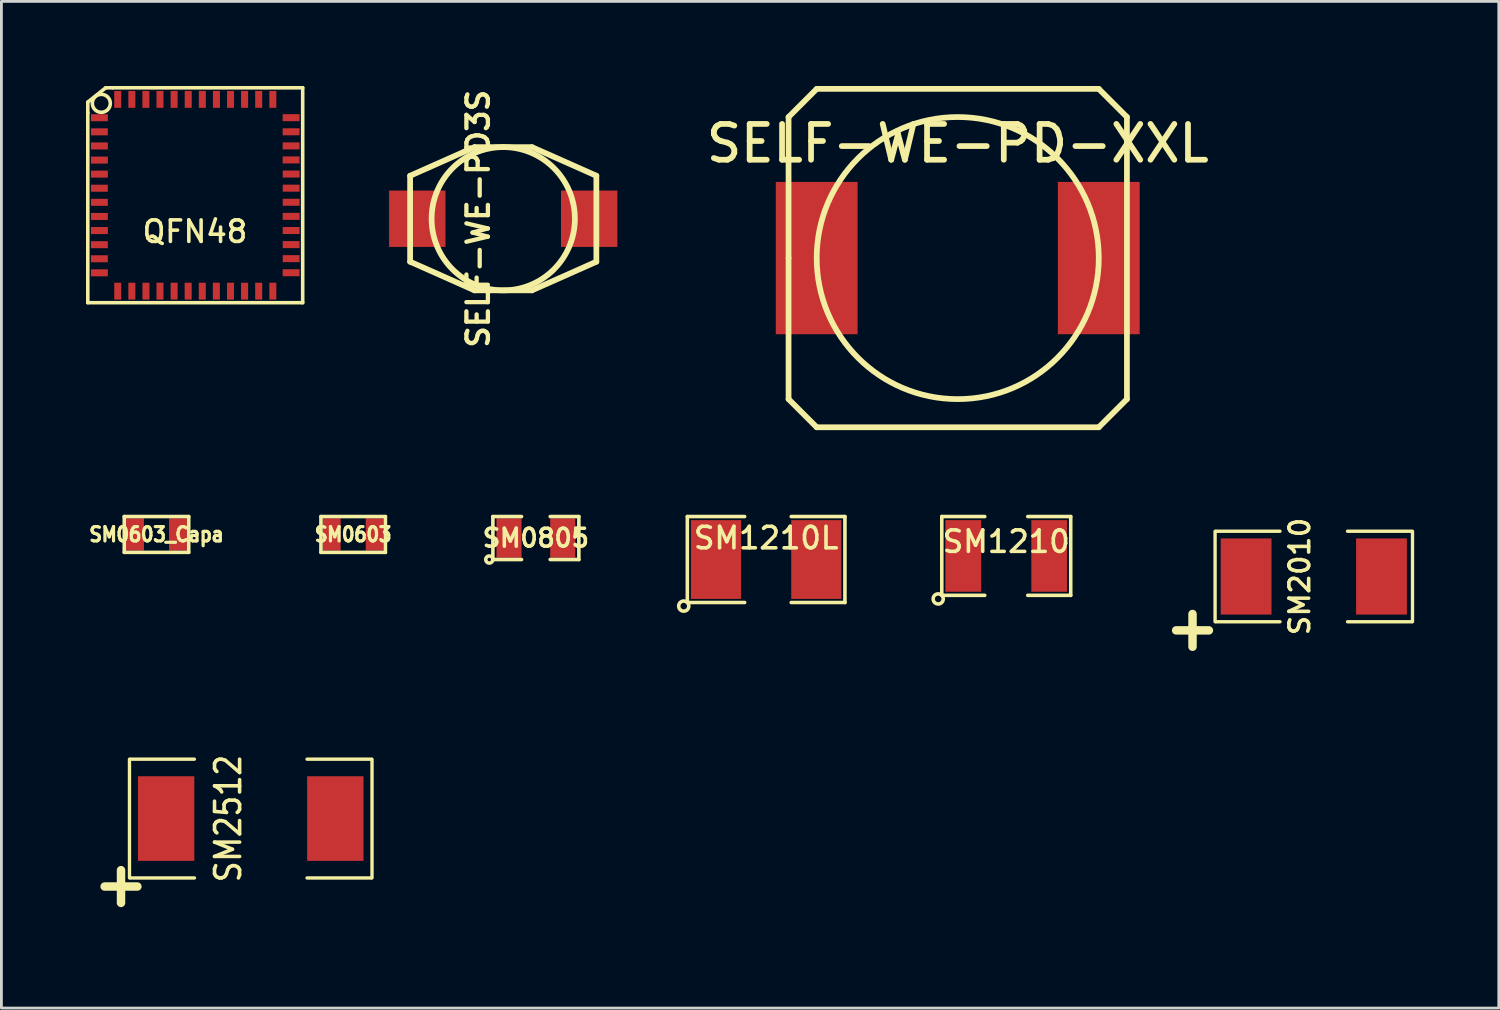
<source format=kicad_pcb>
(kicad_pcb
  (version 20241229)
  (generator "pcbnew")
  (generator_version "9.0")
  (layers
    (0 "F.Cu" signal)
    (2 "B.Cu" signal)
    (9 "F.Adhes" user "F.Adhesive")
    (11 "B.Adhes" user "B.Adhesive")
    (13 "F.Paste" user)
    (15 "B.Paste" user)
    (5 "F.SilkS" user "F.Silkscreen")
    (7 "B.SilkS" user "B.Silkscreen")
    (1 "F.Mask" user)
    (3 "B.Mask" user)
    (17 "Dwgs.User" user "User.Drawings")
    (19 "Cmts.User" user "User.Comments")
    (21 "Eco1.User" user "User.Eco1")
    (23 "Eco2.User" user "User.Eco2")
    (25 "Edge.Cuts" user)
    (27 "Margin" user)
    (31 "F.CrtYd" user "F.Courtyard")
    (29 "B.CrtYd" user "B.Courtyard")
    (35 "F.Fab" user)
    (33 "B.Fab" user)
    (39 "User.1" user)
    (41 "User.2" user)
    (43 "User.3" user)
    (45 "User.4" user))
  (footprint "SM1210L"
    (layer "F.Cu")
    (at 24.116 16.79)
    (property "Reference" "SM1210L" (at 0 -0.762 0) (layer "F.SilkS") (effects (font (size 0.762 0.762) (thickness 0.127))))
    (attr smd)
    (fp_line (start -2.794 -1.524) (end -2.794 1.524) (stroke (width 0.127) (type solid)) (layer "F.SilkS"))
    (fp_line (start -2.794 1.524) (end -0.762 1.524) (stroke (width 0.127) (type solid)) (layer "F.SilkS"))
    (fp_line (start -0.762 -1.524) (end -2.794 -1.524) (stroke (width 0.127) (type solid)) (layer "F.SilkS"))
    (fp_line (start 0.889 1.524) (end 2.794 1.524) (stroke (width 0.127) (type solid)) (layer "F.SilkS"))
    (fp_line (start 2.794 -1.524) (end 0.889 -1.524) (stroke (width 0.127) (type solid)) (layer "F.SilkS"))
    (fp_line (start 2.794 1.524) (end 2.794 -1.524) (stroke (width 0.127) (type solid)) (layer "F.SilkS"))
    (fp_circle (center -2.921 1.651) (end -2.794 1.524) (stroke (width 0.127) (type solid)) (fill no) (layer "F.SilkS"))
    (pad "1" smd rect (at -1.778 0) (size 1.778 2.794) (layers "F.Cu" "F.Mask" "F.Paste"))
    (pad "2" smd rect (at 1.778 0) (size 1.778 2.794) (layers "F.Cu" "F.Mask" "F.Paste")))
  (footprint "SM0603_Capa"
    (layer "F.Cu")
    (at 2.499 15.901)
    (property "Reference" "SM0603_Capa" (at 0 0 0) (layer "F.SilkS") (effects (font (size 0.508 0.457) (thickness 0.114))))
    (attr smd)
    (fp_line (start -1.143 -0.635) (end 1.143 -0.635) (stroke (width 0.127) (type solid)) (layer "F.SilkS"))
    (fp_line (start -1.143 0.635) (end -1.143 -0.635) (stroke (width 0.127) (type solid)) (layer "F.SilkS"))
    (fp_line (start 1.143 -0.635) (end 1.143 0.635) (stroke (width 0.127) (type solid)) (layer "F.SilkS"))
    (fp_line (start 1.143 0.635) (end -1.143 0.635) (stroke (width 0.127) (type solid)) (layer "F.SilkS"))
    (pad "1" smd rect (at -0.762 0) (size 0.635 1.143) (layers "F.Cu" "F.Mask" "F.Paste"))
    (pad "2" smd rect (at 0.762 0) (size 0.635 1.143) (layers "F.Cu" "F.Mask" "F.Paste")))
  (footprint "SM2512"
    (layer "F.Cu")
    (at 5.841 25.975)
    (property "Reference" "SM2512" (at -0.8 0 90) (layer "F.SilkS") (effects (font (size 0.889 0.762) (thickness 0.127))))
    (attr smd)
    (fp_line (start -4.3 -2.101) (end -4.3 2.101) (stroke (width 0.119) (type solid)) (layer "F.SilkS"))
    (fp_line (start -4.282 2.106) (end -1.996 2.106) (stroke (width 0.119) (type solid)) (layer "F.SilkS"))
    (fp_line (start -1.999 -2.106) (end -4.285 -2.106) (stroke (width 0.119) (type solid)) (layer "F.SilkS"))
    (fp_line (start 1.996 2.106) (end 4.282 2.106) (stroke (width 0.119) (type solid)) (layer "F.SilkS"))
    (fp_line (start 4.282 -2.106) (end 1.996 -2.106) (stroke (width 0.119) (type solid)) (layer "F.SilkS"))
    (fp_line (start 4.3 -2.101) (end 4.3 2.101) (stroke (width 0.119) (type solid)) (layer "F.SilkS"))
    (fp_text user "+" (at -4.6 2.301 0) (layer "F.SilkS") (effects (font (size 1.524 1.524) (thickness 0.3))))
    (pad "1" smd rect (at -3 0) (size 1.999 3) (layers "F.Cu" "F.Mask" "F.Paste"))
    (pad "2" smd rect (at 3 0) (size 1.999 3) (layers "F.Cu" "F.Mask" "F.Paste")))
  (footprint "SM0805"
    (layer "F.Cu")
    (at 15.951 16.028)
    (property "Reference" "SM0805" (at 0 0 0) (layer "F.SilkS") (effects (font (size 0.635 0.635) (thickness 0.127))))
    (attr smd)
    (fp_line (start -1.524 -0.762) (end -0.508 -0.762) (stroke (width 0.127) (type solid)) (layer "F.SilkS"))
    (fp_line (start -1.524 0.762) (end -1.524 -0.762) (stroke (width 0.127) (type solid)) (layer "F.SilkS"))
    (fp_line (start -0.508 0.762) (end -1.524 0.762) (stroke (width 0.127) (type solid)) (layer "F.SilkS"))
    (fp_line (start 0.508 -0.762) (end 1.524 -0.762) (stroke (width 0.127) (type solid)) (layer "F.SilkS"))
    (fp_line (start 1.524 -0.762) (end 1.524 0.762) (stroke (width 0.127) (type solid)) (layer "F.SilkS"))
    (fp_line (start 1.524 0.762) (end 0.508 0.762) (stroke (width 0.127) (type solid)) (layer "F.SilkS"))
    (fp_circle (center -1.651 0.762) (end -1.651 0.635) (stroke (width 0.127) (type solid)) (fill no) (layer "F.SilkS"))
    (pad "1" smd rect (at -0.953 0) (size 0.889 1.397) (layers "F.Cu" "F.Mask" "F.Paste"))
    (pad "2" smd rect (at 0.953 0) (size 0.889 1.397) (layers "F.Cu" "F.Mask" "F.Paste")))
  (footprint "SELF-WE-PD-XXL"
    (layer "F.Cu")
    (at 30.91 6.101)
    (property "Reference" "SELF-WE-PD-XXL" (at 0 -4.064 0) (layer "F.SilkS") (effects (font (size 1.27 1.27) (thickness 0.203))))
    (attr smd)
    (fp_line (start -5.999 -5.001) (end -5.001 -5.999) (stroke (width 0.203) (type solid)) (layer "F.SilkS"))
    (fp_line (start -5.999 0) (end -5.999 -5.001) (stroke (width 0.203) (type solid)) (layer "F.SilkS"))
    (fp_line (start -5.999 5.001) (end -5.999 0) (stroke (width 0.203) (type solid)) (layer "F.SilkS"))
    (fp_line (start -5.001 -5.999) (end 5.001 -5.999) (stroke (width 0.203) (type solid)) (layer "F.SilkS"))
    (fp_line (start -5.001 5.999) (end -5.999 5.001) (stroke (width 0.203) (type solid)) (layer "F.SilkS"))
    (fp_line (start 5.001 -5.999) (end 5.999 -5.001) (stroke (width 0.203) (type solid)) (layer "F.SilkS"))
    (fp_line (start 5.001 5.999) (end -5.001 5.999) (stroke (width 0.203) (type solid)) (layer "F.SilkS"))
    (fp_line (start 5.999 -5.001) (end 5.999 5.001) (stroke (width 0.203) (type solid)) (layer "F.SilkS"))
    (fp_line (start 5.999 5.001) (end 5.001 5.999) (stroke (width 0.203) (type solid)) (layer "F.SilkS"))
    (fp_circle (center 0 0) (end 0 -5.001) (stroke (width 0.203) (type solid)) (fill no) (layer "F.SilkS"))
    (fp_text user "" (at 0 0 0) (layer "F.SilkS") (effects (font (size 1.016 1.016) (thickness 0.254))))
    (fp_text user "" (at 0 0 0) (layer "F.SilkS") (effects (font (size 1.016 1.016) (thickness 0.254))))
    (pad "1" smd rect (at -5.001 0) (size 2.901 5.4) (layers "F.Cu" "F.Mask" "F.Paste"))
    (pad "2" smd rect (at 5.001 0) (size 2.901 5.4) (layers "F.Cu" "F.Mask" "F.Paste")))
  (footprint "SELF-WE-PD3S"
    (layer "F.Cu")
    (at 14.794 4.706)
    (property "Reference" "SELF-WE-PD3S" (at -0.889 0 90) (layer "F.SilkS") (effects (font (size 0.762 0.762) (thickness 0.152))))
    (attr smd)
    (fp_line (start -3.302 -1.524) (end -1.016 -2.54) (stroke (width 0.203) (type solid)) (layer "F.SilkS"))
    (fp_line (start -3.302 1.524) (end -3.302 -1.524) (stroke (width 0.203) (type solid)) (layer "F.SilkS"))
    (fp_line (start -1.016 -2.54) (end 0 -2.54) (stroke (width 0.203) (type solid)) (layer "F.SilkS"))
    (fp_line (start -1.016 2.54) (end -3.302 1.524) (stroke (width 0.203) (type solid)) (layer "F.SilkS"))
    (fp_line (start 0 -2.54) (end 1.016 -2.54) (stroke (width 0.203) (type solid)) (layer "F.SilkS"))
    (fp_line (start 1.016 -2.54) (end 3.302 -1.524) (stroke (width 0.203) (type solid)) (layer "F.SilkS"))
    (fp_line (start 1.016 2.54) (end -1.016 2.54) (stroke (width 0.203) (type solid)) (layer "F.SilkS"))
    (fp_line (start 3.302 -1.524) (end 3.302 1.524) (stroke (width 0.203) (type solid)) (layer "F.SilkS"))
    (fp_line (start 3.302 1.524) (end 1.016 2.54) (stroke (width 0.203) (type solid)) (layer "F.SilkS"))
    (fp_circle (center 0 0) (end 0 2.54) (stroke (width 0.203) (type solid)) (fill no) (layer "F.SilkS"))
    (pad "1" smd rect (at -3.048 0) (size 1.999 1.999) (layers "F.Cu" "F.Mask" "F.Paste"))
    (pad "2" smd rect (at 3.048 0) (size 1.999 1.999) (layers "F.Cu" "F.Mask" "F.Paste")))
  (footprint "SM2010"
    (layer "F.Cu")
    (at 43.535 17.392)
    (property "Reference" "SM2010" (at -0.5 0 90) (layer "F.SilkS") (effects (font (size 0.701 0.701) (thickness 0.127))))
    (attr smd)
    (fp_line (start -3.5 -1.6) (end -3.5 1.6) (stroke (width 0.119) (type solid)) (layer "F.SilkS"))
    (fp_line (start -3.485 1.605) (end -1.199 1.605) (stroke (width 0.119) (type solid)) (layer "F.SilkS"))
    (fp_line (start -1.199 -1.605) (end -3.485 -1.605) (stroke (width 0.119) (type solid)) (layer "F.SilkS"))
    (fp_line (start 1.196 1.605) (end 3.482 1.605) (stroke (width 0.119) (type solid)) (layer "F.SilkS"))
    (fp_line (start 3.482 -1.605) (end 1.196 -1.605) (stroke (width 0.119) (type solid)) (layer "F.SilkS"))
    (fp_line (start 3.5 -1.6) (end 3.5 1.6) (stroke (width 0.119) (type solid)) (layer "F.SilkS"))
    (fp_text user "+" (at -4.3 1.801 0) (layer "F.SilkS") (effects (font (size 1.524 1.524) (thickness 0.3))))
    (pad "1" smd rect (at -2.4 0) (size 1.801 2.7) (layers "F.Cu" "F.Mask" "F.Paste"))
    (pad "2" smd rect (at 2.4 0) (size 1.801 2.7) (layers "F.Cu" "F.Mask" "F.Paste")))
  (footprint "SM1210"
    (layer "F.Cu")
    (at 32.63 16.663)
    (property "Reference" "SM1210" (at 0 -0.508 0) (layer "F.SilkS") (effects (font (size 0.762 0.762) (thickness 0.127))))
    (attr smd)
    (fp_line (start -2.286 -1.397) (end -2.286 1.397) (stroke (width 0.127) (type solid)) (layer "F.SilkS"))
    (fp_line (start -2.286 1.397) (end -0.762 1.397) (stroke (width 0.127) (type solid)) (layer "F.SilkS"))
    (fp_line (start -0.762 -1.397) (end -2.286 -1.397) (stroke (width 0.127) (type solid)) (layer "F.SilkS"))
    (fp_line (start 0.762 1.397) (end 2.286 1.397) (stroke (width 0.127) (type solid)) (layer "F.SilkS"))
    (fp_line (start 2.286 -1.397) (end 0.762 -1.397) (stroke (width 0.127) (type solid)) (layer "F.SilkS"))
    (fp_line (start 2.286 1.397) (end 2.286 -1.397) (stroke (width 0.127) (type solid)) (layer "F.SilkS"))
    (fp_circle (center -2.413 1.524) (end -2.286 1.397) (stroke (width 0.127) (type solid)) (fill no) (layer "F.SilkS"))
    (pad "1" smd rect (at -1.524 0) (size 1.27 2.54) (layers "F.Cu" "F.Mask" "F.Paste"))
    (pad "2" smd rect (at 1.524 0) (size 1.27 2.54) (layers "F.Cu" "F.Mask" "F.Paste")))
  (footprint "SM0603"
    (layer "F.Cu")
    (at 9.473 15.901)
    (property "Reference" "SM0603" (at 0 0 0) (layer "F.SilkS") (effects (font (size 0.508 0.457) (thickness 0.114))))
    (attr smd)
    (fp_line (start -1.143 -0.635) (end 1.143 -0.635) (stroke (width 0.127) (type solid)) (layer "F.SilkS"))
    (fp_line (start -1.143 0.635) (end -1.143 -0.635) (stroke (width 0.127) (type solid)) (layer "F.SilkS"))
    (fp_line (start 1.143 -0.635) (end 1.143 0.635) (stroke (width 0.127) (type solid)) (layer "F.SilkS"))
    (fp_line (start 1.143 0.635) (end -1.143 0.635) (stroke (width 0.127) (type solid)) (layer "F.SilkS"))
    (pad "1" smd rect (at -0.762 0) (size 0.635 1.143) (layers "F.Cu" "F.Mask" "F.Paste"))
    (pad "2" smd rect (at 0.762 0) (size 0.635 1.143) (layers "F.Cu" "F.Mask" "F.Paste")))
  (footprint "QFN48"
    (layer "F.Cu")
    (at 3.873 3.873)
    (property "Reference" "QFN48" (at -0.01 1.29 0) (layer "F.SilkS") (effects (font (size 0.762 0.762) (thickness 0.127))))
    (attr smd)
    (fp_line (start -3.81 -3.302) (end -3.81 -2.921) (stroke (width 0.127) (type solid)) (layer "F.SilkS"))
    (fp_line (start -3.81 3.81) (end -3.81 -2.921) (stroke (width 0.127) (type solid)) (layer "F.SilkS"))
    (fp_line (start -3.175 -3.81) (end -3.81 -3.302) (stroke (width 0.127) (type solid)) (layer "F.SilkS"))
    (fp_line (start -2.921 -3.81) (end -3.175 -3.81) (stroke (width 0.127) (type solid)) (layer "F.SilkS"))
    (fp_line (start -2.921 -3.81) (end 3.81 -3.81) (stroke (width 0.127) (type solid)) (layer "F.SilkS"))
    (fp_line (start 3.81 -3.81) (end 3.81 3.81) (stroke (width 0.127) (type solid)) (layer "F.SilkS"))
    (fp_line (start 3.81 3.81) (end -3.81 3.81) (stroke (width 0.127) (type solid)) (layer "F.SilkS"))
    (fp_circle (center -3.33 -3.259) (end -3.432 -3.561) (stroke (width 0.127) (type solid)) (fill no) (layer "F.SilkS"))
    (pad "1" smd rect (at -3.399 -2.748) (size 0.599 0.249) (layers "F.Cu" "F.Mask" "F.Paste"))
    (pad "2" smd rect (at -3.399 -2.248) (size 0.599 0.249) (layers "F.Cu" "F.Mask" "F.Paste"))
    (pad "3" smd rect (at -3.399 -1.748) (size 0.599 0.249) (layers "F.Cu" "F.Mask" "F.Paste"))
    (pad "4" smd rect (at -3.399 -1.247) (size 0.599 0.249) (layers "F.Cu" "F.Mask" "F.Paste"))
    (pad "5" smd rect (at -3.399 -0.749) (size 0.599 0.249) (layers "F.Cu" "F.Mask" "F.Paste"))
    (pad "6" smd rect (at -3.399 -0.249) (size 0.599 0.249) (layers "F.Cu" "F.Mask" "F.Paste"))
    (pad "7" smd rect (at -3.399 0.251) (size 0.599 0.249) (layers "F.Cu" "F.Mask" "F.Paste"))
    (pad "8" smd rect (at -3.399 0.752) (size 0.599 0.249) (layers "F.Cu" "F.Mask" "F.Paste"))
    (pad "9" smd rect (at -3.399 1.252) (size 0.599 0.249) (layers "F.Cu" "F.Mask" "F.Paste"))
    (pad "10" smd rect (at -3.399 1.753) (size 0.599 0.249) (layers "F.Cu" "F.Mask" "F.Paste"))
    (pad "11" smd rect (at -3.399 2.253) (size 0.599 0.249) (layers "F.Cu" "F.Mask" "F.Paste"))
    (pad "12" smd rect (at -3.399 2.751) (size 0.599 0.249) (layers "F.Cu" "F.Mask" "F.Paste"))
    (pad "13" smd rect (at -2.748 3.401) (size 0.249 0.599) (layers "F.Cu" "F.Mask" "F.Paste"))
    (pad "14" smd rect (at -2.248 3.401) (size 0.249 0.599) (layers "F.Cu" "F.Mask" "F.Paste"))
    (pad "15" smd rect (at -1.748 3.401) (size 0.249 0.599) (layers "F.Cu" "F.Mask" "F.Paste"))
    (pad "16" smd rect (at -1.25 3.401) (size 0.249 0.599) (layers "F.Cu" "F.Mask" "F.Paste"))
    (pad "17" smd rect (at -0.749 3.401) (size 0.249 0.599) (layers "F.Cu" "F.Mask" "F.Paste"))
    (pad "18" smd rect (at -0.251 3.401) (size 0.249 0.599) (layers "F.Cu" "F.Mask" "F.Paste"))
    (pad "19" smd rect (at 0.249 3.401) (size 0.249 0.599) (layers "F.Cu" "F.Mask" "F.Paste"))
    (pad "20" smd rect (at 0.749 3.401) (size 0.249 0.599) (layers "F.Cu" "F.Mask" "F.Paste"))
    (pad "21" smd rect (at 1.25 3.401) (size 0.249 0.599) (layers "F.Cu" "F.Mask" "F.Paste"))
    (pad "22" smd rect (at 1.75 3.401) (size 0.249 0.599) (layers "F.Cu" "F.Mask" "F.Paste"))
    (pad "23" smd rect (at 2.25 3.401) (size 0.249 0.599) (layers "F.Cu" "F.Mask" "F.Paste"))
    (pad "24" smd rect (at 2.751 3.401) (size 0.249 0.599) (layers "F.Cu" "F.Mask" "F.Paste"))
    (pad "25" smd rect (at 3.399 2.748) (size 0.599 0.249) (layers "F.Cu" "F.Mask" "F.Paste"))
    (pad "26" smd rect (at 3.401 2.248) (size 0.599 0.249) (layers "F.Cu" "F.Mask" "F.Paste"))
    (pad "27" smd rect (at 3.401 1.75) (size 0.599 0.249) (layers "F.Cu" "F.Mask" "F.Paste"))
    (pad "28" smd rect (at 3.401 1.25) (size 0.599 0.249) (layers "F.Cu" "F.Mask" "F.Paste"))
    (pad "29" smd rect (at 3.401 0.749) (size 0.599 0.249) (layers "F.Cu" "F.Mask" "F.Paste"))
    (pad "30" smd rect (at 3.401 0.249) (size 0.599 0.249) (layers "F.Cu" "F.Mask" "F.Paste"))
    (pad "31" smd rect (at 3.401 -0.251) (size 0.599 0.249) (layers "F.Cu" "F.Mask" "F.Paste"))
    (pad "32" smd rect (at 3.401 -0.752) (size 0.599 0.249) (layers "F.Cu" "F.Mask" "F.Paste"))
    (pad "33" smd rect (at 3.399 -1.252) (size 0.599 0.249) (layers "F.Cu" "F.Mask" "F.Paste"))
    (pad "34" smd rect (at 3.399 -1.75) (size 0.599 0.249) (layers "F.Cu" "F.Mask" "F.Paste"))
    (pad "35" smd rect (at 3.399 -2.25) (size 0.599 0.249) (layers "F.Cu" "F.Mask" "F.Paste"))
    (pad "36" smd rect (at 3.399 -2.751) (size 0.599 0.249) (layers "F.Cu" "F.Mask" "F.Paste"))
    (pad "37" smd rect (at 2.751 -3.399) (size 0.249 0.599) (layers "F.Cu" "F.Mask" "F.Paste"))
    (pad "38" smd rect (at 2.25 -3.399) (size 0.249 0.599) (layers "F.Cu" "F.Mask" "F.Paste"))
    (pad "39" smd rect (at 1.75 -3.399) (size 0.249 0.599) (layers "F.Cu" "F.Mask" "F.Paste"))
    (pad "40" smd rect (at 1.252 -3.399) (size 0.249 0.599) (layers "F.Cu" "F.Mask" "F.Paste"))
    (pad "41" smd rect (at 0.752 -3.399) (size 0.249 0.599) (layers "F.Cu" "F.Mask" "F.Paste"))
    (pad "42" smd rect (at 0.251 -3.399) (size 0.249 0.599) (layers "F.Cu" "F.Mask" "F.Paste"))
    (pad "43" smd rect (at -0.249 -3.399) (size 0.249 0.599) (layers "F.Cu" "F.Mask" "F.Paste"))
    (pad "44" smd rect (at -0.749 -3.399) (size 0.249 0.599) (layers "F.Cu" "F.Mask" "F.Paste"))
    (pad "45" smd rect (at -1.25 -3.399) (size 0.249 0.599) (layers "F.Cu" "F.Mask" "F.Paste"))
    (pad "46" smd rect (at -1.75 -3.399) (size 0.249 0.599) (layers "F.Cu" "F.Mask" "F.Paste"))
    (pad "47" smd rect (at -2.248 -3.399) (size 0.249 0.599) (layers "F.Cu" "F.Mask" "F.Paste"))
    (pad "48" smd rect (at -2.748 -3.399) (size 0.249 0.599) (layers "F.Cu" "F.Mask" "F.Paste")))
  (gr_rect
    (start -3 -3)
    (end 50.095 32.694)
    (stroke (width 0.1) (type default))
    (fill no)
    (layer "Edge.Cuts")))
</source>
